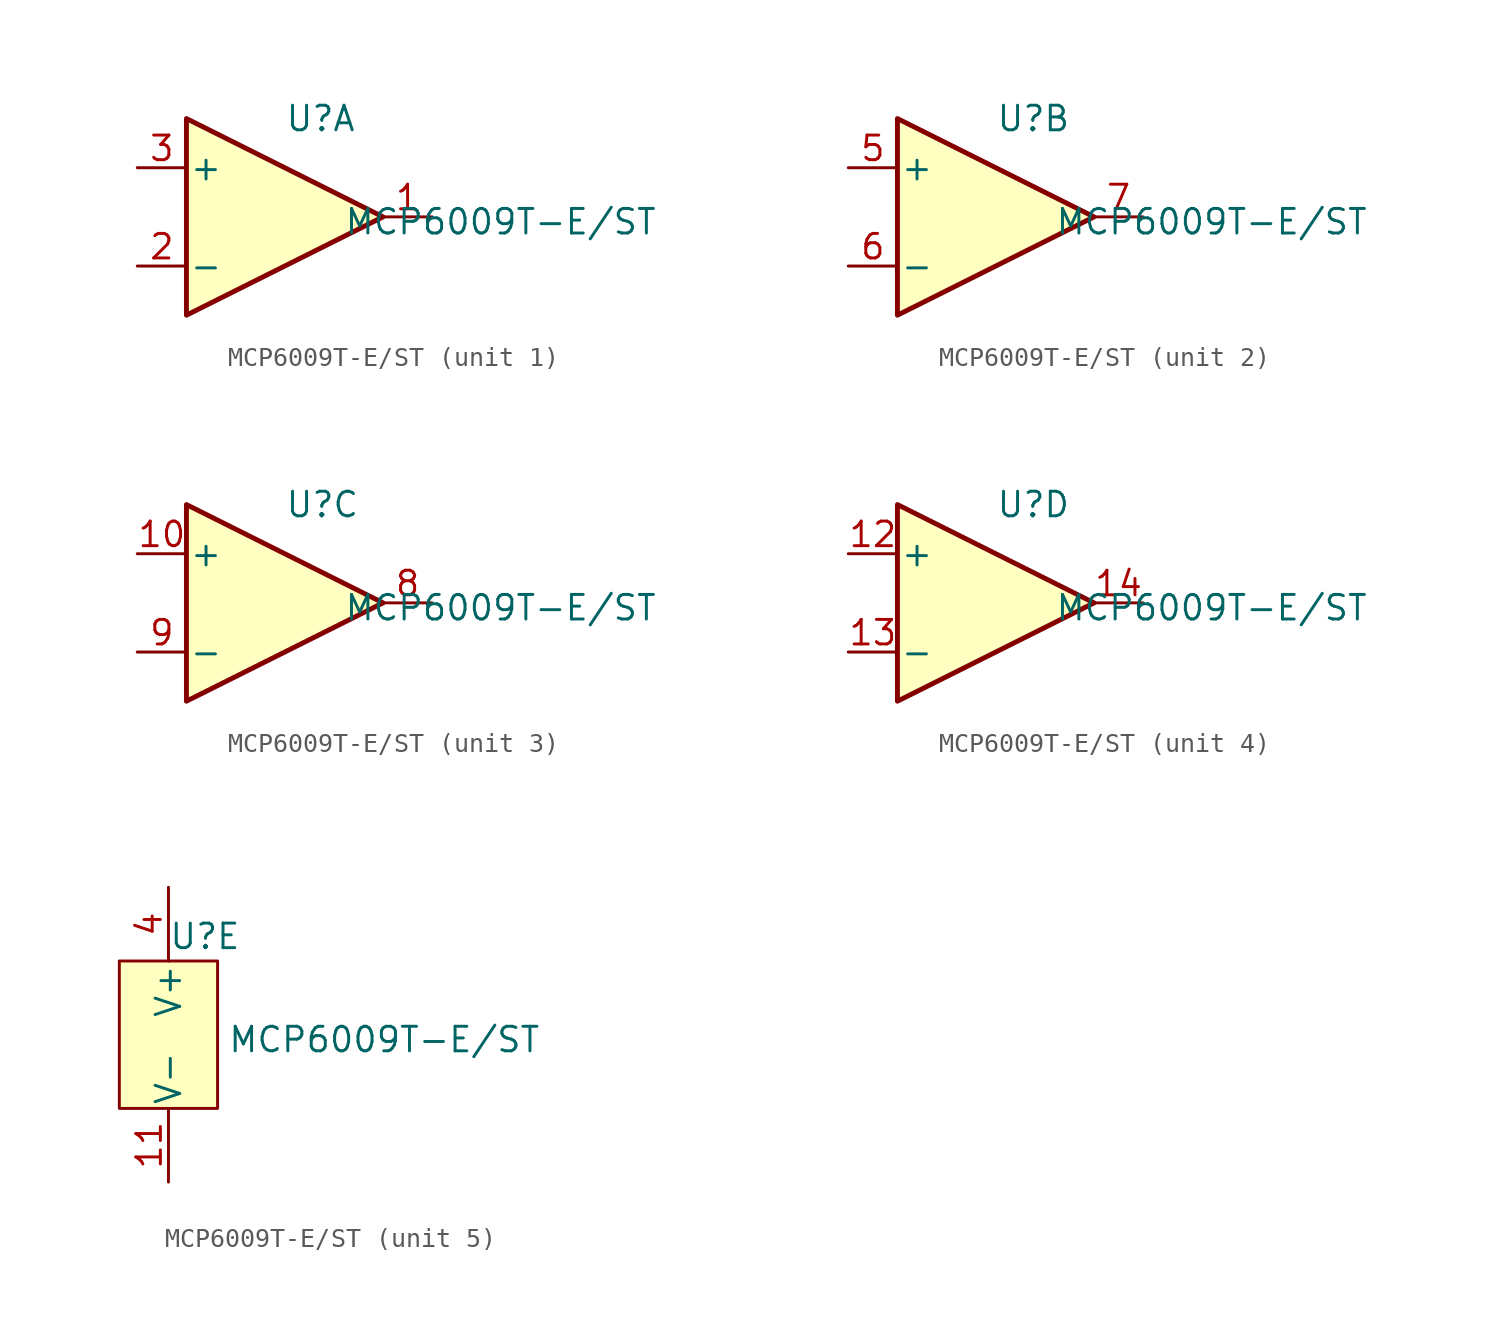
<source format=kicad_sym>
(kicad_symbol_lib
  (version 20241209)
  (generator "kicad_symbol_editor")
  (generator_version "9.0")
  (symbol "MCP6009T-E/ST"
    (pin_names
      (offset 0.127))
    (property "Reference" "U"
      (at 0 5.08 0)
      (effects (font (size 1.27 1.27)) (justify left)))
    (property "Value" "MCP6009T-E/ST"
      (at 3.048 -0.254 0)
      (effects (font (size 1.27 1.27)) (justify left)))
    (property "ki_locked" ""
      (at 0 0 0)
      (effects (font (size 1.27 1.27))))
    (symbol "MCP6009T-E/ST_1_1"
      (polyline (pts (xy -5.08 5.08) (xy 5.08 0) (xy -5.08 -5.08) (xy -5.08 5.08)) (stroke (width 0.254) (type default)) (fill (type background)))
      (pin input line (at -7.62 2.54 0) (length 2.54) (name "+" (effects (font (size 1.27 1.27)))) (number "3" (effects (font (size 1.27 1.27)))))
      (pin input line (at -7.62 -2.54 0) (length 2.54) (name "-" (effects (font (size 1.27 1.27)))) (number "2" (effects (font (size 1.27 1.27)))))
      (pin output line (at 7.62 0 180) (length 2.54) (name "~" (effects (font (size 1.27 1.27)))) (number "1" (effects (font (size 1.27 1.27))))))
    (symbol "MCP6009T-E/ST_2_1"
      (polyline (pts (xy -5.08 5.08) (xy 5.08 0) (xy -5.08 -5.08) (xy -5.08 5.08)) (stroke (width 0.254) (type default)) (fill (type background)))
      (pin input line (at -7.62 2.54 0) (length 2.54) (name "+" (effects (font (size 1.27 1.27)))) (number "5" (effects (font (size 1.27 1.27)))))
      (pin input line (at -7.62 -2.54 0) (length 2.54) (name "-" (effects (font (size 1.27 1.27)))) (number "6" (effects (font (size 1.27 1.27)))))
      (pin output line (at 7.62 0 180) (length 2.54) (name "~" (effects (font (size 1.27 1.27)))) (number "7" (effects (font (size 1.27 1.27))))))
    (symbol "MCP6009T-E/ST_3_1"
      (polyline (pts (xy -5.08 5.08) (xy 5.08 0) (xy -5.08 -5.08) (xy -5.08 5.08)) (stroke (width 0.254) (type default)) (fill (type background)))
      (pin input line (at -7.62 2.54 0) (length 2.54) (name "+" (effects (font (size 1.27 1.27)))) (number "10" (effects (font (size 1.27 1.27)))))
      (pin input line (at -7.62 -2.54 0) (length 2.54) (name "-" (effects (font (size 1.27 1.27)))) (number "9" (effects (font (size 1.27 1.27)))))
      (pin output line (at 7.62 0 180) (length 2.54) (name "~" (effects (font (size 1.27 1.27)))) (number "8" (effects (font (size 1.27 1.27))))))
    (symbol "MCP6009T-E/ST_4_1"
      (polyline (pts (xy -5.08 5.08) (xy 5.08 0) (xy -5.08 -5.08) (xy -5.08 5.08)) (stroke (width 0.254) (type default)) (fill (type background)))
      (pin input line (at -7.62 2.54 0) (length 2.54) (name "+" (effects (font (size 1.27 1.27)))) (number "12" (effects (font (size 1.27 1.27)))))
      (pin input line (at -7.62 -2.54 0) (length 2.54) (name "-" (effects (font (size 1.27 1.27)))) (number "13" (effects (font (size 1.27 1.27)))))
      (pin output line (at 7.62 0 180) (length 2.54) (name "~" (effects (font (size 1.27 1.27)))) (number "14" (effects (font (size 1.27 1.27))))))
    (symbol "MCP6009T-E/ST_5_1"
      (rectangle (start -2.54 3.81) (end 2.54 -3.81) (stroke (width 0) (type solid)) (fill (type background)))
      (pin power_in line (at 0 7.62 270) (length 3.81) (name "V+" (effects (font (size 1.27 1.27)))) (number "4" (effects (font (size 1.27 1.27)))))
      (pin power_in line (at 0 -7.62 90) (length 3.81) (name "V-" (effects (font (size 1.27 1.27)))) (number "11" (effects (font (size 1.27 1.27))))))))
</source>
